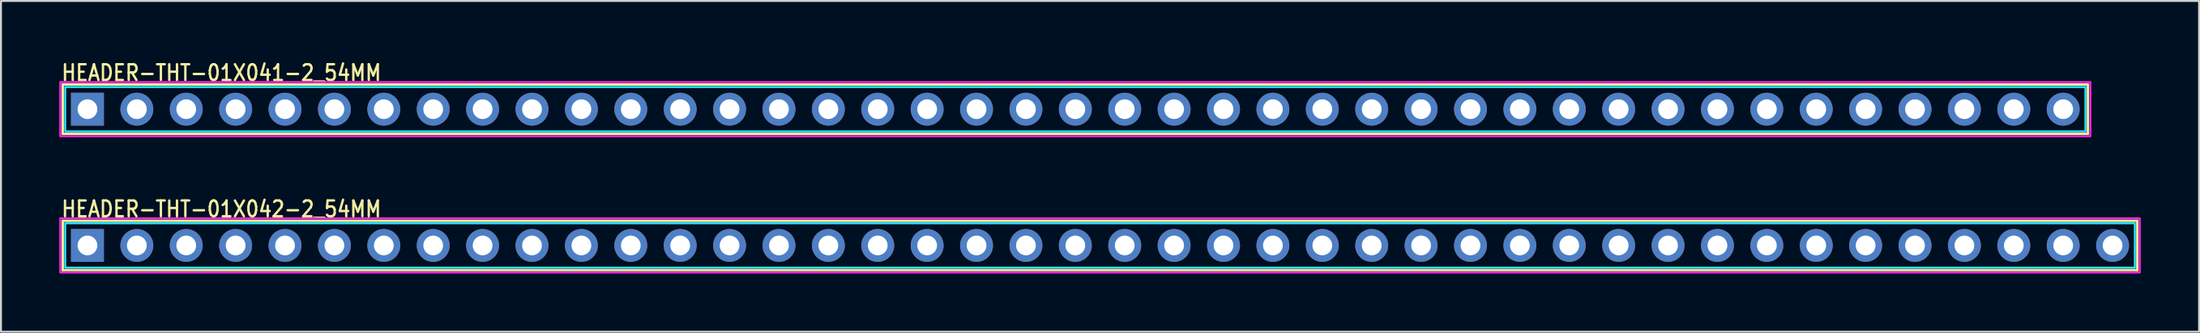
<source format=kicad_pcb>
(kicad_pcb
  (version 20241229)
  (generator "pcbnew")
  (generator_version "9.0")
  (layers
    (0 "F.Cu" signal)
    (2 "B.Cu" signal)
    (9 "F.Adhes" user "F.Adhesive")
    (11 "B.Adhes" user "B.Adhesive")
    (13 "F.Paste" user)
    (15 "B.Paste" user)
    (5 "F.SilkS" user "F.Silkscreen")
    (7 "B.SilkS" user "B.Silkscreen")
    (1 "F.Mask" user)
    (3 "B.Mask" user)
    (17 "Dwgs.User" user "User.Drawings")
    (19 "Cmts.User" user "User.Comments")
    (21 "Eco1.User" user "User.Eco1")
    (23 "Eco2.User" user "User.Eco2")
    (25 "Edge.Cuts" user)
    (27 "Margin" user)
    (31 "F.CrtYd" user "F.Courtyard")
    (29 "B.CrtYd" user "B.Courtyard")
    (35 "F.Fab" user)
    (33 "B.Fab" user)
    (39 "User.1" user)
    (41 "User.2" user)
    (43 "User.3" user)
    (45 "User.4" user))
  (footprint "HEADER-THT-01X042-2_54MM"
    (layer "F.Cu")
    (at 1.447 9.604)
    (property "Reference" "HEADER-THT-01X042-2_54MM" (at -1.4 -1.4 0) (unlocked yes) (layer "F.SilkS") (effects (font (size 0.813 0.695) (thickness 0.122)) (justify left bottom)))
    (fp_line (start -1.27 -1.27) (end -1.27 1.27) (stroke (width 0.127) (type solid)) (layer "F.SilkS"))
    (fp_line (start -1.27 1.27) (end 105.41 1.27) (stroke (width 0.127) (type solid)) (layer "F.SilkS"))
    (fp_line (start 105.41 -1.27) (end -1.27 -1.27) (stroke (width 0.127) (type solid)) (layer "F.SilkS"))
    (fp_line (start 105.41 1.27) (end 105.41 -1.27) (stroke (width 0.127) (type solid)) (layer "F.SilkS"))
    (fp_poly (pts (xy -1.143 -1.143) (xy 105.283 -1.143) (xy 105.283 1.143) (xy -1.143 1.143)) (stroke (width 0.1) (type solid)) (fill no) (layer "B.CrtYd"))
    (fp_poly (pts (xy -1.397 -1.397) (xy 105.537 -1.397) (xy 105.537 1.397) (xy -1.397 1.397)) (stroke (width 0.1) (type solid)) (fill no) (layer "F.CrtYd"))
    (pad "1" thru_hole rect (at 0 0) (size 1.693 1.693) (drill 1.016) (layers "*.Cu" "*.Mask"))
    (pad "2" thru_hole oval (at 2.54 0) (size 1.693 1.693) (drill 1.016) (layers "*.Cu" "*.Mask"))
    (pad "3" thru_hole oval (at 5.08 0) (size 1.693 1.693) (drill 1.016) (layers "*.Cu" "*.Mask"))
    (pad "4" thru_hole oval (at 7.62 0) (size 1.693 1.693) (drill 1.016) (layers "*.Cu" "*.Mask"))
    (pad "5" thru_hole oval (at 10.16 0) (size 1.693 1.693) (drill 1.016) (layers "*.Cu" "*.Mask"))
    (pad "6" thru_hole oval (at 12.7 0) (size 1.693 1.693) (drill 1.016) (layers "*.Cu" "*.Mask"))
    (pad "7" thru_hole oval (at 15.24 0) (size 1.693 1.693) (drill 1.016) (layers "*.Cu" "*.Mask"))
    (pad "8" thru_hole oval (at 17.78 0) (size 1.693 1.693) (drill 1.016) (layers "*.Cu" "*.Mask"))
    (pad "9" thru_hole oval (at 20.32 0) (size 1.693 1.693) (drill 1.016) (layers "*.Cu" "*.Mask"))
    (pad "10" thru_hole oval (at 22.86 0) (size 1.693 1.693) (drill 1.016) (layers "*.Cu" "*.Mask"))
    (pad "11" thru_hole oval (at 25.4 0) (size 1.693 1.693) (drill 1.016) (layers "*.Cu" "*.Mask"))
    (pad "12" thru_hole oval (at 27.94 0) (size 1.693 1.693) (drill 1.016) (layers "*.Cu" "*.Mask"))
    (pad "13" thru_hole oval (at 30.48 0) (size 1.693 1.693) (drill 1.016) (layers "*.Cu" "*.Mask"))
    (pad "14" thru_hole oval (at 33.02 0) (size 1.693 1.693) (drill 1.016) (layers "*.Cu" "*.Mask"))
    (pad "15" thru_hole oval (at 35.56 0) (size 1.693 1.693) (drill 1.016) (layers "*.Cu" "*.Mask"))
    (pad "16" thru_hole oval (at 38.1 0) (size 1.693 1.693) (drill 1.016) (layers "*.Cu" "*.Mask"))
    (pad "17" thru_hole oval (at 40.64 0) (size 1.693 1.693) (drill 1.016) (layers "*.Cu" "*.Mask"))
    (pad "18" thru_hole oval (at 43.18 0) (size 1.693 1.693) (drill 1.016) (layers "*.Cu" "*.Mask"))
    (pad "19" thru_hole oval (at 45.72 0) (size 1.693 1.693) (drill 1.016) (layers "*.Cu" "*.Mask"))
    (pad "20" thru_hole oval (at 48.26 0) (size 1.693 1.693) (drill 1.016) (layers "*.Cu" "*.Mask"))
    (pad "21" thru_hole oval (at 50.8 0) (size 1.693 1.693) (drill 1.016) (layers "*.Cu" "*.Mask"))
    (pad "22" thru_hole oval (at 53.34 0) (size 1.693 1.693) (drill 1.016) (layers "*.Cu" "*.Mask"))
    (pad "23" thru_hole oval (at 55.88 0) (size 1.693 1.693) (drill 1.016) (layers "*.Cu" "*.Mask"))
    (pad "24" thru_hole oval (at 58.42 0) (size 1.693 1.693) (drill 1.016) (layers "*.Cu" "*.Mask"))
    (pad "25" thru_hole oval (at 60.96 0) (size 1.693 1.693) (drill 1.016) (layers "*.Cu" "*.Mask"))
    (pad "26" thru_hole oval (at 63.5 0) (size 1.693 1.693) (drill 1.016) (layers "*.Cu" "*.Mask"))
    (pad "27" thru_hole oval (at 66.04 0) (size 1.693 1.693) (drill 1.016) (layers "*.Cu" "*.Mask"))
    (pad "28" thru_hole oval (at 68.58 0) (size 1.693 1.693) (drill 1.016) (layers "*.Cu" "*.Mask"))
    (pad "29" thru_hole oval (at 71.12 0) (size 1.693 1.693) (drill 1.016) (layers "*.Cu" "*.Mask"))
    (pad "30" thru_hole oval (at 73.66 0) (size 1.693 1.693) (drill 1.016) (layers "*.Cu" "*.Mask"))
    (pad "31" thru_hole oval (at 76.2 0) (size 1.693 1.693) (drill 1.016) (layers "*.Cu" "*.Mask"))
    (pad "32" thru_hole oval (at 78.74 0) (size 1.693 1.693) (drill 1.016) (layers "*.Cu" "*.Mask"))
    (pad "33" thru_hole oval (at 81.28 0) (size 1.693 1.693) (drill 1.016) (layers "*.Cu" "*.Mask"))
    (pad "34" thru_hole oval (at 83.82 0) (size 1.693 1.693) (drill 1.016) (layers "*.Cu" "*.Mask"))
    (pad "35" thru_hole oval (at 86.36 0) (size 1.693 1.693) (drill 1.016) (layers "*.Cu" "*.Mask"))
    (pad "36" thru_hole oval (at 88.9 0) (size 1.693 1.693) (drill 1.016) (layers "*.Cu" "*.Mask"))
    (pad "37" thru_hole oval (at 91.44 0) (size 1.693 1.693) (drill 1.016) (layers "*.Cu" "*.Mask"))
    (pad "38" thru_hole oval (at 93.98 0) (size 1.693 1.693) (drill 1.016) (layers "*.Cu" "*.Mask"))
    (pad "39" thru_hole oval (at 96.52 0) (size 1.693 1.693) (drill 1.016) (layers "*.Cu" "*.Mask"))
    (pad "40" thru_hole oval (at 99.06 0) (size 1.693 1.693) (drill 1.016) (layers "*.Cu" "*.Mask"))
    (pad "41" thru_hole oval (at 101.6 0) (size 1.693 1.693) (drill 1.016) (layers "*.Cu" "*.Mask"))
    (pad "42" thru_hole oval (at 104.14 0) (size 1.693 1.693) (drill 1.016) (layers "*.Cu" "*.Mask")))
  (footprint "HEADER-THT-01X041-2_54MM"
    (layer "F.Cu")
    (at 1.447 2.579)
    (property "Reference" "HEADER-THT-01X041-2_54MM" (at -1.4 -1.4 0) (unlocked yes) (layer "F.SilkS") (effects (font (size 0.813 0.695) (thickness 0.122)) (justify left bottom)))
    (fp_line (start -1.27 -1.27) (end -1.27 1.27) (stroke (width 0.127) (type solid)) (layer "F.SilkS"))
    (fp_line (start -1.27 1.27) (end 102.87 1.27) (stroke (width 0.127) (type solid)) (layer "F.SilkS"))
    (fp_line (start 102.87 -1.27) (end -1.27 -1.27) (stroke (width 0.127) (type solid)) (layer "F.SilkS"))
    (fp_line (start 102.87 1.27) (end 102.87 -1.27) (stroke (width 0.127) (type solid)) (layer "F.SilkS"))
    (fp_poly (pts (xy -1.143 -1.143) (xy 102.743 -1.143) (xy 102.743 1.143) (xy -1.143 1.143)) (stroke (width 0.1) (type solid)) (fill no) (layer "B.CrtYd"))
    (fp_poly (pts (xy -1.397 -1.397) (xy 102.997 -1.397) (xy 102.997 1.397) (xy -1.397 1.397)) (stroke (width 0.1) (type solid)) (fill no) (layer "F.CrtYd"))
    (pad "1" thru_hole rect (at 0 0) (size 1.693 1.693) (drill 1.016) (layers "*.Cu" "*.Mask"))
    (pad "2" thru_hole oval (at 2.54 0) (size 1.693 1.693) (drill 1.016) (layers "*.Cu" "*.Mask"))
    (pad "3" thru_hole oval (at 5.08 0) (size 1.693 1.693) (drill 1.016) (layers "*.Cu" "*.Mask"))
    (pad "4" thru_hole oval (at 7.62 0) (size 1.693 1.693) (drill 1.016) (layers "*.Cu" "*.Mask"))
    (pad "5" thru_hole oval (at 10.16 0) (size 1.693 1.693) (drill 1.016) (layers "*.Cu" "*.Mask"))
    (pad "6" thru_hole oval (at 12.7 0) (size 1.693 1.693) (drill 1.016) (layers "*.Cu" "*.Mask"))
    (pad "7" thru_hole oval (at 15.24 0) (size 1.693 1.693) (drill 1.016) (layers "*.Cu" "*.Mask"))
    (pad "8" thru_hole oval (at 17.78 0) (size 1.693 1.693) (drill 1.016) (layers "*.Cu" "*.Mask"))
    (pad "9" thru_hole oval (at 20.32 0) (size 1.693 1.693) (drill 1.016) (layers "*.Cu" "*.Mask"))
    (pad "10" thru_hole oval (at 22.86 0) (size 1.693 1.693) (drill 1.016) (layers "*.Cu" "*.Mask"))
    (pad "11" thru_hole oval (at 25.4 0) (size 1.693 1.693) (drill 1.016) (layers "*.Cu" "*.Mask"))
    (pad "12" thru_hole oval (at 27.94 0) (size 1.693 1.693) (drill 1.016) (layers "*.Cu" "*.Mask"))
    (pad "13" thru_hole oval (at 30.48 0) (size 1.693 1.693) (drill 1.016) (layers "*.Cu" "*.Mask"))
    (pad "14" thru_hole oval (at 33.02 0) (size 1.693 1.693) (drill 1.016) (layers "*.Cu" "*.Mask"))
    (pad "15" thru_hole oval (at 35.56 0) (size 1.693 1.693) (drill 1.016) (layers "*.Cu" "*.Mask"))
    (pad "16" thru_hole oval (at 38.1 0) (size 1.693 1.693) (drill 1.016) (layers "*.Cu" "*.Mask"))
    (pad "17" thru_hole oval (at 40.64 0) (size 1.693 1.693) (drill 1.016) (layers "*.Cu" "*.Mask"))
    (pad "18" thru_hole oval (at 43.18 0) (size 1.693 1.693) (drill 1.016) (layers "*.Cu" "*.Mask"))
    (pad "19" thru_hole oval (at 45.72 0) (size 1.693 1.693) (drill 1.016) (layers "*.Cu" "*.Mask"))
    (pad "20" thru_hole oval (at 48.26 0) (size 1.693 1.693) (drill 1.016) (layers "*.Cu" "*.Mask"))
    (pad "21" thru_hole oval (at 50.8 0) (size 1.693 1.693) (drill 1.016) (layers "*.Cu" "*.Mask"))
    (pad "22" thru_hole oval (at 53.34 0) (size 1.693 1.693) (drill 1.016) (layers "*.Cu" "*.Mask"))
    (pad "23" thru_hole oval (at 55.88 0) (size 1.693 1.693) (drill 1.016) (layers "*.Cu" "*.Mask"))
    (pad "24" thru_hole oval (at 58.42 0) (size 1.693 1.693) (drill 1.016) (layers "*.Cu" "*.Mask"))
    (pad "25" thru_hole oval (at 60.96 0) (size 1.693 1.693) (drill 1.016) (layers "*.Cu" "*.Mask"))
    (pad "26" thru_hole oval (at 63.5 0) (size 1.693 1.693) (drill 1.016) (layers "*.Cu" "*.Mask"))
    (pad "27" thru_hole oval (at 66.04 0) (size 1.693 1.693) (drill 1.016) (layers "*.Cu" "*.Mask"))
    (pad "28" thru_hole oval (at 68.58 0) (size 1.693 1.693) (drill 1.016) (layers "*.Cu" "*.Mask"))
    (pad "29" thru_hole oval (at 71.12 0) (size 1.693 1.693) (drill 1.016) (layers "*.Cu" "*.Mask"))
    (pad "30" thru_hole oval (at 73.66 0) (size 1.693 1.693) (drill 1.016) (layers "*.Cu" "*.Mask"))
    (pad "31" thru_hole oval (at 76.2 0) (size 1.693 1.693) (drill 1.016) (layers "*.Cu" "*.Mask"))
    (pad "32" thru_hole oval (at 78.74 0) (size 1.693 1.693) (drill 1.016) (layers "*.Cu" "*.Mask"))
    (pad "33" thru_hole oval (at 81.28 0) (size 1.693 1.693) (drill 1.016) (layers "*.Cu" "*.Mask"))
    (pad "34" thru_hole oval (at 83.82 0) (size 1.693 1.693) (drill 1.016) (layers "*.Cu" "*.Mask"))
    (pad "35" thru_hole oval (at 86.36 0) (size 1.693 1.693) (drill 1.016) (layers "*.Cu" "*.Mask"))
    (pad "36" thru_hole oval (at 88.9 0) (size 1.693 1.693) (drill 1.016) (layers "*.Cu" "*.Mask"))
    (pad "37" thru_hole oval (at 91.44 0) (size 1.693 1.693) (drill 1.016) (layers "*.Cu" "*.Mask"))
    (pad "38" thru_hole oval (at 93.98 0) (size 1.693 1.693) (drill 1.016) (layers "*.Cu" "*.Mask"))
    (pad "39" thru_hole oval (at 96.52 0) (size 1.693 1.693) (drill 1.016) (layers "*.Cu" "*.Mask"))
    (pad "40" thru_hole oval (at 99.06 0) (size 1.693 1.693) (drill 1.016) (layers "*.Cu" "*.Mask"))
    (pad "41" thru_hole oval (at 101.6 0) (size 1.693 1.693) (drill 1.016) (layers "*.Cu" "*.Mask")))
  (gr_rect
    (start -3 -3)
    (end 110.034 14.051)
    (stroke (width 0.1) (type default))
    (fill no)
    (layer "Edge.Cuts")))
</source>
